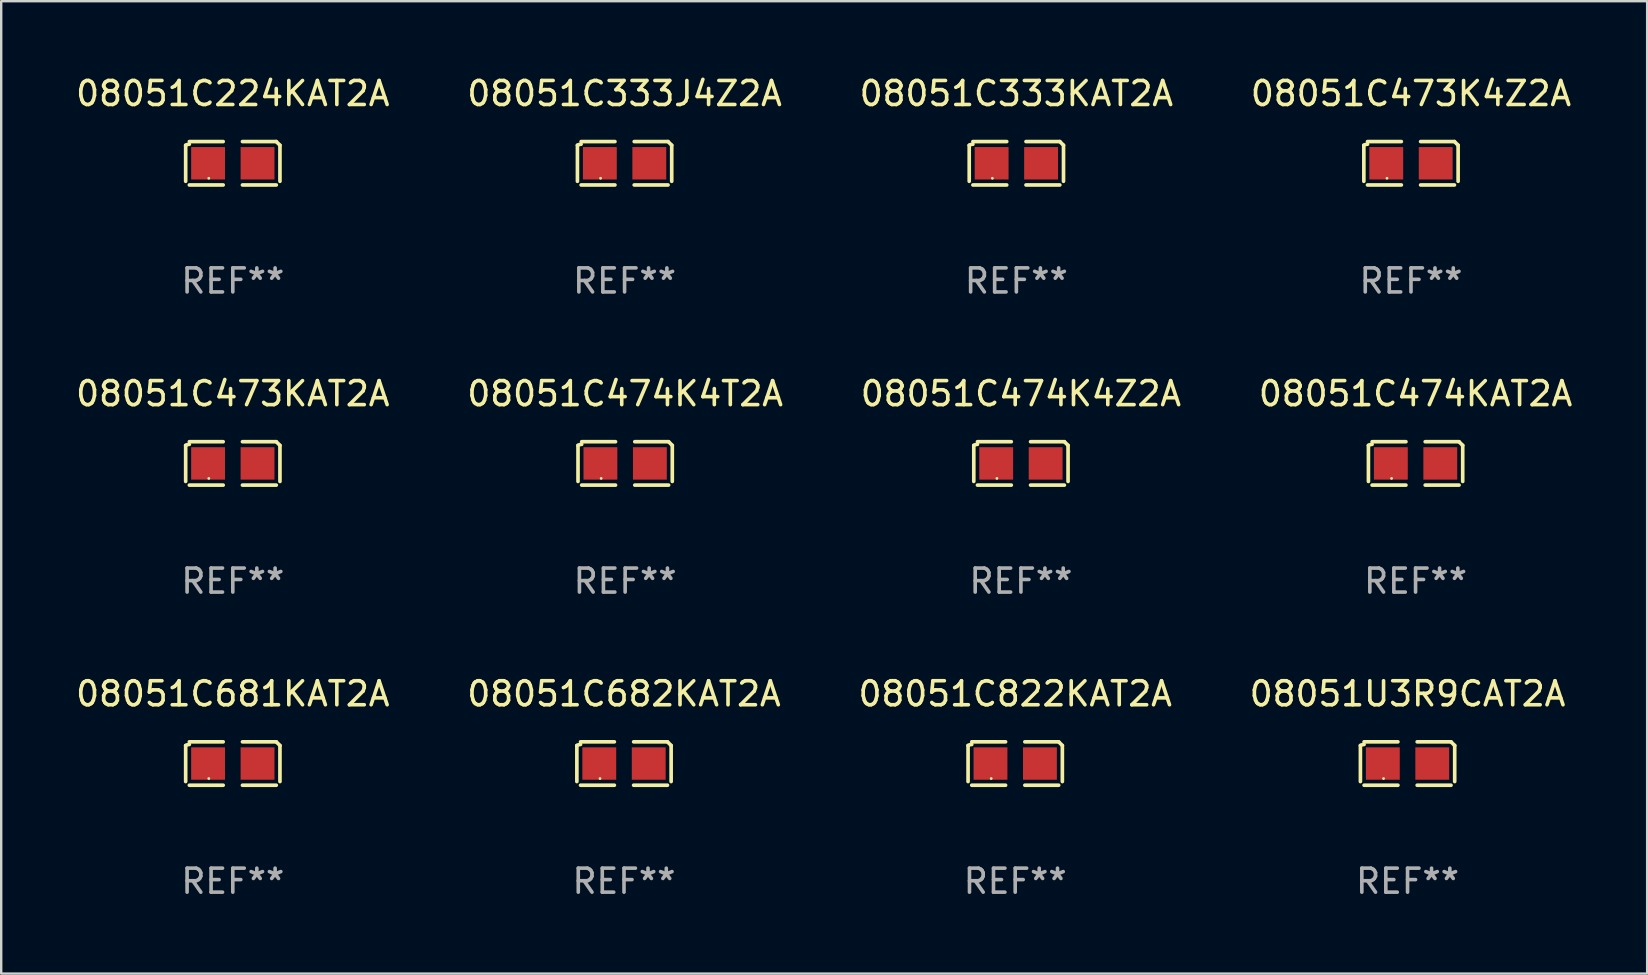
<source format=kicad_pcb>
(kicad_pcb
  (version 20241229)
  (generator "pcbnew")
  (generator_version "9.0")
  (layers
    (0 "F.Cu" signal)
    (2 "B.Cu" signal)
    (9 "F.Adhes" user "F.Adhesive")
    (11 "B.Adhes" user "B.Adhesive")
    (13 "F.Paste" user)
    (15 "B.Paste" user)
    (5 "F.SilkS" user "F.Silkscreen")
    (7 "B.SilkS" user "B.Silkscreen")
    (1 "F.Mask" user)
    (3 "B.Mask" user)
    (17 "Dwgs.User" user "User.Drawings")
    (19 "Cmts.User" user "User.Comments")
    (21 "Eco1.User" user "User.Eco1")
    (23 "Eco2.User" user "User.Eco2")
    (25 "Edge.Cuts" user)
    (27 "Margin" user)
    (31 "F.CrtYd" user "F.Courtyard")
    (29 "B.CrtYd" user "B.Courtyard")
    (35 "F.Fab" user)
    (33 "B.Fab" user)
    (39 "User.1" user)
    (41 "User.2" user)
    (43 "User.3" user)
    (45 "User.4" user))
  (footprint "08051C474KAT2A"
    (layer "F.Cu")
    (at 55.923 16.256)
    (property "Reference" "08051C474KAT2A" (at 0 -2.904 0) (layer "F.SilkS") (effects (font (size 1 1) (thickness 0.15))))
    (attr through_hole)
    (fp_line (start -1.964 0.751) (end -1.964 -0.751) (stroke (width 0.152) (type solid)) (layer "F.SilkS"))
    (fp_line (start -1.811 -0.904) (end -0.401 -0.904) (stroke (width 0.152) (type solid)) (layer "F.SilkS"))
    (fp_line (start -0.401 0.904) (end -1.811 0.904) (stroke (width 0.152) (type solid)) (layer "F.SilkS"))
    (fp_line (start 0.401 0.904) (end 1.811 0.904) (stroke (width 0.152) (type solid)) (layer "F.SilkS"))
    (fp_line (start 1.811 -0.904) (end 0.401 -0.904) (stroke (width 0.152) (type solid)) (layer "F.SilkS"))
    (fp_line (start 1.964 0.751) (end 1.964 -0.751) (stroke (width 0.152) (type solid)) (layer "F.SilkS"))
    (fp_arc (start -1.963602 -0.751207) (mid -1.890354 -0.783131) (end -1.811201 -0.794044) (stroke (width 0.1524) (type solid)) (layer "F.SilkS"))
    (fp_arc (start 1.811202 -0.903607) (mid 1.887413 -0.827418) (end 1.963602 -0.751207) (stroke (width 0.1524) (type solid)) (layer "F.SilkS"))
    (fp_circle (center -1 0.625) (end -0.97 0.625) (stroke (width 0.06) (type solid)) (fill no) (layer "F.SilkS"))
    (fp_text user "REF**" (at 0 4.904 0) (layer "F.Fab") (effects (font (size 1 1) (thickness 0.15))))
    (pad "1" smd rect (at -1.03 0) (size 1.41 1.35) (layers "F.Cu" "F.Mask" "F.Paste"))
    (pad "2" smd rect (at 1.03 0) (size 1.41 1.35) (layers "F.Cu" "F.Mask" "F.Paste")))
  (footprint "08051C333J4Z2A"
    (layer "F.Cu")
    (at 22.97 3.752)
    (property "Reference" "08051C333J4Z2A" (at 0 -2.904 0) (layer "F.SilkS") (effects (font (size 1 1) (thickness 0.15))))
    (attr through_hole)
    (fp_line (start -1.964 0.751) (end -1.964 -0.751) (stroke (width 0.152) (type solid)) (layer "F.SilkS"))
    (fp_line (start -1.811 -0.904) (end -0.401 -0.904) (stroke (width 0.152) (type solid)) (layer "F.SilkS"))
    (fp_line (start -0.401 0.904) (end -1.811 0.904) (stroke (width 0.152) (type solid)) (layer "F.SilkS"))
    (fp_line (start 0.401 0.904) (end 1.811 0.904) (stroke (width 0.152) (type solid)) (layer "F.SilkS"))
    (fp_line (start 1.811 -0.904) (end 0.401 -0.904) (stroke (width 0.152) (type solid)) (layer "F.SilkS"))
    (fp_line (start 1.964 0.751) (end 1.964 -0.751) (stroke (width 0.152) (type solid)) (layer "F.SilkS"))
    (fp_arc (start -1.963602 -0.751207) (mid -1.890354 -0.783131) (end -1.811201 -0.794044) (stroke (width 0.1524) (type solid)) (layer "F.SilkS"))
    (fp_arc (start 1.811202 -0.903607) (mid 1.887413 -0.827418) (end 1.963602 -0.751207) (stroke (width 0.1524) (type solid)) (layer "F.SilkS"))
    (fp_circle (center -1 0.625) (end -0.97 0.625) (stroke (width 0.06) (type solid)) (fill no) (layer "F.SilkS"))
    (fp_text user "REF**" (at 0 4.904 0) (layer "F.Fab") (effects (font (size 1 1) (thickness 0.15))))
    (pad "1" smd rect (at -1.03 0) (size 1.41 1.35) (layers "F.Cu" "F.Mask" "F.Paste"))
    (pad "2" smd rect (at 1.03 0) (size 1.41 1.35) (layers "F.Cu" "F.Mask" "F.Paste")))
  (footprint "08051C224KAT2A"
    (layer "F.Cu")
    (at 6.649 3.752)
    (property "Reference" "08051C224KAT2A" (at 0 -2.904 0) (layer "F.SilkS") (effects (font (size 1 1) (thickness 0.15))))
    (attr through_hole)
    (fp_line (start -1.964 0.751) (end -1.964 -0.751) (stroke (width 0.152) (type solid)) (layer "F.SilkS"))
    (fp_line (start -1.811 -0.904) (end -0.401 -0.904) (stroke (width 0.152) (type solid)) (layer "F.SilkS"))
    (fp_line (start -0.401 0.904) (end -1.811 0.904) (stroke (width 0.152) (type solid)) (layer "F.SilkS"))
    (fp_line (start 0.401 0.904) (end 1.811 0.904) (stroke (width 0.152) (type solid)) (layer "F.SilkS"))
    (fp_line (start 1.811 -0.904) (end 0.401 -0.904) (stroke (width 0.152) (type solid)) (layer "F.SilkS"))
    (fp_line (start 1.964 0.751) (end 1.964 -0.751) (stroke (width 0.152) (type solid)) (layer "F.SilkS"))
    (fp_arc (start -1.963602 -0.751207) (mid -1.890354 -0.783131) (end -1.811201 -0.794044) (stroke (width 0.1524) (type solid)) (layer "F.SilkS"))
    (fp_arc (start 1.811202 -0.903607) (mid 1.887413 -0.827418) (end 1.963602 -0.751207) (stroke (width 0.1524) (type solid)) (layer "F.SilkS"))
    (fp_circle (center -1 0.625) (end -0.97 0.625) (stroke (width 0.06) (type solid)) (fill no) (layer "F.SilkS"))
    (fp_text user "REF**" (at 0 4.904 0) (layer "F.Fab") (effects (font (size 1 1) (thickness 0.15))))
    (pad "1" smd rect (at -1.03 0) (size 1.41 1.35) (layers "F.Cu" "F.Mask" "F.Paste"))
    (pad "2" smd rect (at 1.03 0) (size 1.41 1.35) (layers "F.Cu" "F.Mask" "F.Paste")))
  (footprint "08051C822KAT2A"
    (layer "F.Cu")
    (at 39.244 28.759)
    (property "Reference" "08051C822KAT2A" (at 0 -2.904 0) (layer "F.SilkS") (effects (font (size 1 1) (thickness 0.15))))
    (attr through_hole)
    (fp_line (start -1.964 0.751) (end -1.964 -0.751) (stroke (width 0.152) (type solid)) (layer "F.SilkS"))
    (fp_line (start -1.811 -0.904) (end -0.401 -0.904) (stroke (width 0.152) (type solid)) (layer "F.SilkS"))
    (fp_line (start -0.401 0.904) (end -1.811 0.904) (stroke (width 0.152) (type solid)) (layer "F.SilkS"))
    (fp_line (start 0.401 0.904) (end 1.811 0.904) (stroke (width 0.152) (type solid)) (layer "F.SilkS"))
    (fp_line (start 1.811 -0.904) (end 0.401 -0.904) (stroke (width 0.152) (type solid)) (layer "F.SilkS"))
    (fp_line (start 1.964 0.751) (end 1.964 -0.751) (stroke (width 0.152) (type solid)) (layer "F.SilkS"))
    (fp_arc (start -1.963602 -0.751207) (mid -1.890354 -0.783131) (end -1.811201 -0.794044) (stroke (width 0.1524) (type solid)) (layer "F.SilkS"))
    (fp_arc (start 1.811202 -0.903607) (mid 1.887413 -0.827418) (end 1.963602 -0.751207) (stroke (width 0.1524) (type solid)) (layer "F.SilkS"))
    (fp_circle (center -1 0.625) (end -0.97 0.625) (stroke (width 0.06) (type solid)) (fill no) (layer "F.SilkS"))
    (fp_text user "REF**" (at 0 4.904 0) (layer "F.Fab") (effects (font (size 1 1) (thickness 0.15))))
    (pad "1" smd rect (at -1.03 0) (size 1.41 1.35) (layers "F.Cu" "F.Mask" "F.Paste"))
    (pad "2" smd rect (at 1.03 0) (size 1.41 1.35) (layers "F.Cu" "F.Mask" "F.Paste")))
  (footprint "08051C682KAT2A"
    (layer "F.Cu")
    (at 22.946 28.759)
    (property "Reference" "08051C682KAT2A" (at 0 -2.904 0) (layer "F.SilkS") (effects (font (size 1 1) (thickness 0.15))))
    (attr through_hole)
    (fp_line (start -1.964 0.751) (end -1.964 -0.751) (stroke (width 0.152) (type solid)) (layer "F.SilkS"))
    (fp_line (start -1.811 -0.904) (end -0.401 -0.904) (stroke (width 0.152) (type solid)) (layer "F.SilkS"))
    (fp_line (start -0.401 0.904) (end -1.811 0.904) (stroke (width 0.152) (type solid)) (layer "F.SilkS"))
    (fp_line (start 0.401 0.904) (end 1.811 0.904) (stroke (width 0.152) (type solid)) (layer "F.SilkS"))
    (fp_line (start 1.811 -0.904) (end 0.401 -0.904) (stroke (width 0.152) (type solid)) (layer "F.SilkS"))
    (fp_line (start 1.964 0.751) (end 1.964 -0.751) (stroke (width 0.152) (type solid)) (layer "F.SilkS"))
    (fp_arc (start -1.963602 -0.751207) (mid -1.890354 -0.783131) (end -1.811201 -0.794044) (stroke (width 0.1524) (type solid)) (layer "F.SilkS"))
    (fp_arc (start 1.811202 -0.903607) (mid 1.887413 -0.827418) (end 1.963602 -0.751207) (stroke (width 0.1524) (type solid)) (layer "F.SilkS"))
    (fp_circle (center -1 0.625) (end -0.97 0.625) (stroke (width 0.06) (type solid)) (fill no) (layer "F.SilkS"))
    (fp_text user "REF**" (at 0 4.904 0) (layer "F.Fab") (effects (font (size 1 1) (thickness 0.15))))
    (pad "1" smd rect (at -1.03 0) (size 1.41 1.35) (layers "F.Cu" "F.Mask" "F.Paste"))
    (pad "2" smd rect (at 1.03 0) (size 1.41 1.35) (layers "F.Cu" "F.Mask" "F.Paste")))
  (footprint "08051C681KAT2A"
    (layer "F.Cu")
    (at 6.649 28.759)
    (property "Reference" "08051C681KAT2A" (at 0 -2.904 0) (layer "F.SilkS") (effects (font (size 1 1) (thickness 0.15))))
    (attr through_hole)
    (fp_line (start -1.964 0.751) (end -1.964 -0.751) (stroke (width 0.152) (type solid)) (layer "F.SilkS"))
    (fp_line (start -1.811 -0.904) (end -0.401 -0.904) (stroke (width 0.152) (type solid)) (layer "F.SilkS"))
    (fp_line (start -0.401 0.904) (end -1.811 0.904) (stroke (width 0.152) (type solid)) (layer "F.SilkS"))
    (fp_line (start 0.401 0.904) (end 1.811 0.904) (stroke (width 0.152) (type solid)) (layer "F.SilkS"))
    (fp_line (start 1.811 -0.904) (end 0.401 -0.904) (stroke (width 0.152) (type solid)) (layer "F.SilkS"))
    (fp_line (start 1.964 0.751) (end 1.964 -0.751) (stroke (width 0.152) (type solid)) (layer "F.SilkS"))
    (fp_arc (start -1.963602 -0.751207) (mid -1.890354 -0.783131) (end -1.811201 -0.794044) (stroke (width 0.1524) (type solid)) (layer "F.SilkS"))
    (fp_arc (start 1.811202 -0.903607) (mid 1.887413 -0.827418) (end 1.963602 -0.751207) (stroke (width 0.1524) (type solid)) (layer "F.SilkS"))
    (fp_circle (center -1 0.625) (end -0.97 0.625) (stroke (width 0.06) (type solid)) (fill no) (layer "F.SilkS"))
    (fp_text user "REF**" (at 0 4.904 0) (layer "F.Fab") (effects (font (size 1 1) (thickness 0.15))))
    (pad "1" smd rect (at -1.03 0) (size 1.41 1.35) (layers "F.Cu" "F.Mask" "F.Paste"))
    (pad "2" smd rect (at 1.03 0) (size 1.41 1.35) (layers "F.Cu" "F.Mask" "F.Paste")))
  (footprint "08051U3R9CAT2A"
    (layer "F.Cu")
    (at 55.589 28.759)
    (property "Reference" "08051U3R9CAT2A" (at 0 -2.904 0) (layer "F.SilkS") (effects (font (size 1 1) (thickness 0.15))))
    (attr through_hole)
    (fp_line (start -1.964 0.751) (end -1.964 -0.751) (stroke (width 0.152) (type solid)) (layer "F.SilkS"))
    (fp_line (start -1.811 -0.904) (end -0.401 -0.904) (stroke (width 0.152) (type solid)) (layer "F.SilkS"))
    (fp_line (start -0.401 0.904) (end -1.811 0.904) (stroke (width 0.152) (type solid)) (layer "F.SilkS"))
    (fp_line (start 0.401 0.904) (end 1.811 0.904) (stroke (width 0.152) (type solid)) (layer "F.SilkS"))
    (fp_line (start 1.811 -0.904) (end 0.401 -0.904) (stroke (width 0.152) (type solid)) (layer "F.SilkS"))
    (fp_line (start 1.964 0.751) (end 1.964 -0.751) (stroke (width 0.152) (type solid)) (layer "F.SilkS"))
    (fp_arc (start -1.963602 -0.751207) (mid -1.890354 -0.783131) (end -1.811201 -0.794044) (stroke (width 0.1524) (type solid)) (layer "F.SilkS"))
    (fp_arc (start 1.811202 -0.903607) (mid 1.887413 -0.827418) (end 1.963602 -0.751207) (stroke (width 0.1524) (type solid)) (layer "F.SilkS"))
    (fp_circle (center -1 0.625) (end -0.97 0.625) (stroke (width 0.06) (type solid)) (fill no) (layer "F.SilkS"))
    (fp_text user "REF**" (at 0 4.904 0) (layer "F.Fab") (effects (font (size 1 1) (thickness 0.15))))
    (pad "1" smd rect (at -1.03 0) (size 1.41 1.35) (layers "F.Cu" "F.Mask" "F.Paste"))
    (pad "2" smd rect (at 1.03 0) (size 1.41 1.35) (layers "F.Cu" "F.Mask" "F.Paste")))
  (footprint "08051C474K4Z2A"
    (layer "F.Cu")
    (at 39.482 16.256)
    (property "Reference" "08051C474K4Z2A" (at 0 -2.904 0) (layer "F.SilkS") (effects (font (size 1 1) (thickness 0.15))))
    (attr through_hole)
    (fp_line (start -1.964 0.751) (end -1.964 -0.751) (stroke (width 0.152) (type solid)) (layer "F.SilkS"))
    (fp_line (start -1.811 -0.904) (end -0.401 -0.904) (stroke (width 0.152) (type solid)) (layer "F.SilkS"))
    (fp_line (start -0.401 0.904) (end -1.811 0.904) (stroke (width 0.152) (type solid)) (layer "F.SilkS"))
    (fp_line (start 0.401 0.904) (end 1.811 0.904) (stroke (width 0.152) (type solid)) (layer "F.SilkS"))
    (fp_line (start 1.811 -0.904) (end 0.401 -0.904) (stroke (width 0.152) (type solid)) (layer "F.SilkS"))
    (fp_line (start 1.964 0.751) (end 1.964 -0.751) (stroke (width 0.152) (type solid)) (layer "F.SilkS"))
    (fp_arc (start -1.963602 -0.751207) (mid -1.890354 -0.783131) (end -1.811201 -0.794044) (stroke (width 0.1524) (type solid)) (layer "F.SilkS"))
    (fp_arc (start 1.811202 -0.903607) (mid 1.887413 -0.827418) (end 1.963602 -0.751207) (stroke (width 0.1524) (type solid)) (layer "F.SilkS"))
    (fp_circle (center -1 0.625) (end -0.97 0.625) (stroke (width 0.06) (type solid)) (fill no) (layer "F.SilkS"))
    (fp_text user "REF**" (at 0 4.904 0) (layer "F.Fab") (effects (font (size 1 1) (thickness 0.15))))
    (pad "1" smd rect (at -1.03 0) (size 1.41 1.35) (layers "F.Cu" "F.Mask" "F.Paste"))
    (pad "2" smd rect (at 1.03 0) (size 1.41 1.35) (layers "F.Cu" "F.Mask" "F.Paste")))
  (footprint "08051C474K4T2A"
    (layer "F.Cu")
    (at 22.994 16.256)
    (property "Reference" "08051C474K4T2A" (at 0 -2.904 0) (layer "F.SilkS") (effects (font (size 1 1) (thickness 0.15))))
    (attr through_hole)
    (fp_line (start -1.964 0.751) (end -1.964 -0.751) (stroke (width 0.152) (type solid)) (layer "F.SilkS"))
    (fp_line (start -1.811 -0.904) (end -0.401 -0.904) (stroke (width 0.152) (type solid)) (layer "F.SilkS"))
    (fp_line (start -0.401 0.904) (end -1.811 0.904) (stroke (width 0.152) (type solid)) (layer "F.SilkS"))
    (fp_line (start 0.401 0.904) (end 1.811 0.904) (stroke (width 0.152) (type solid)) (layer "F.SilkS"))
    (fp_line (start 1.811 -0.904) (end 0.401 -0.904) (stroke (width 0.152) (type solid)) (layer "F.SilkS"))
    (fp_line (start 1.964 0.751) (end 1.964 -0.751) (stroke (width 0.152) (type solid)) (layer "F.SilkS"))
    (fp_arc (start -1.963602 -0.751207) (mid -1.890354 -0.783131) (end -1.811201 -0.794044) (stroke (width 0.1524) (type solid)) (layer "F.SilkS"))
    (fp_arc (start 1.811202 -0.903607) (mid 1.887413 -0.827418) (end 1.963602 -0.751207) (stroke (width 0.1524) (type solid)) (layer "F.SilkS"))
    (fp_circle (center -1 0.625) (end -0.97 0.625) (stroke (width 0.06) (type solid)) (fill no) (layer "F.SilkS"))
    (fp_text user "REF**" (at 0 4.904 0) (layer "F.Fab") (effects (font (size 1 1) (thickness 0.15))))
    (pad "1" smd rect (at -1.03 0) (size 1.41 1.35) (layers "F.Cu" "F.Mask" "F.Paste"))
    (pad "2" smd rect (at 1.03 0) (size 1.41 1.35) (layers "F.Cu" "F.Mask" "F.Paste")))
  (footprint "08051C473KAT2A"
    (layer "F.Cu")
    (at 6.649 16.256)
    (property "Reference" "08051C473KAT2A" (at 0 -2.904 0) (layer "F.SilkS") (effects (font (size 1 1) (thickness 0.15))))
    (attr through_hole)
    (fp_line (start -1.964 0.751) (end -1.964 -0.751) (stroke (width 0.152) (type solid)) (layer "F.SilkS"))
    (fp_line (start -1.811 -0.904) (end -0.401 -0.904) (stroke (width 0.152) (type solid)) (layer "F.SilkS"))
    (fp_line (start -0.401 0.904) (end -1.811 0.904) (stroke (width 0.152) (type solid)) (layer "F.SilkS"))
    (fp_line (start 0.401 0.904) (end 1.811 0.904) (stroke (width 0.152) (type solid)) (layer "F.SilkS"))
    (fp_line (start 1.811 -0.904) (end 0.401 -0.904) (stroke (width 0.152) (type solid)) (layer "F.SilkS"))
    (fp_line (start 1.964 0.751) (end 1.964 -0.751) (stroke (width 0.152) (type solid)) (layer "F.SilkS"))
    (fp_arc (start -1.963602 -0.751207) (mid -1.890354 -0.783131) (end -1.811201 -0.794044) (stroke (width 0.1524) (type solid)) (layer "F.SilkS"))
    (fp_arc (start 1.811202 -0.903607) (mid 1.887413 -0.827418) (end 1.963602 -0.751207) (stroke (width 0.1524) (type solid)) (layer "F.SilkS"))
    (fp_circle (center -1 0.625) (end -0.97 0.625) (stroke (width 0.06) (type solid)) (fill no) (layer "F.SilkS"))
    (fp_text user "REF**" (at 0 4.904 0) (layer "F.Fab") (effects (font (size 1 1) (thickness 0.15))))
    (pad "1" smd rect (at -1.03 0) (size 1.41 1.35) (layers "F.Cu" "F.Mask" "F.Paste"))
    (pad "2" smd rect (at 1.03 0) (size 1.41 1.35) (layers "F.Cu" "F.Mask" "F.Paste")))
  (footprint "08051C473K4Z2A"
    (layer "F.Cu")
    (at 55.732 3.752)
    (property "Reference" "08051C473K4Z2A" (at 0 -2.904 0) (layer "F.SilkS") (effects (font (size 1 1) (thickness 0.15))))
    (attr through_hole)
    (fp_line (start -1.964 0.751) (end -1.964 -0.751) (stroke (width 0.152) (type solid)) (layer "F.SilkS"))
    (fp_line (start -1.811 -0.904) (end -0.401 -0.904) (stroke (width 0.152) (type solid)) (layer "F.SilkS"))
    (fp_line (start -0.401 0.904) (end -1.811 0.904) (stroke (width 0.152) (type solid)) (layer "F.SilkS"))
    (fp_line (start 0.401 0.904) (end 1.811 0.904) (stroke (width 0.152) (type solid)) (layer "F.SilkS"))
    (fp_line (start 1.811 -0.904) (end 0.401 -0.904) (stroke (width 0.152) (type solid)) (layer "F.SilkS"))
    (fp_line (start 1.964 0.751) (end 1.964 -0.751) (stroke (width 0.152) (type solid)) (layer "F.SilkS"))
    (fp_arc (start -1.963602 -0.751207) (mid -1.890354 -0.783131) (end -1.811201 -0.794044) (stroke (width 0.1524) (type solid)) (layer "F.SilkS"))
    (fp_arc (start 1.811202 -0.903607) (mid 1.887413 -0.827418) (end 1.963602 -0.751207) (stroke (width 0.1524) (type solid)) (layer "F.SilkS"))
    (fp_circle (center -1 0.625) (end -0.97 0.625) (stroke (width 0.06) (type solid)) (fill no) (layer "F.SilkS"))
    (fp_text user "REF**" (at 0 4.904 0) (layer "F.Fab") (effects (font (size 1 1) (thickness 0.15))))
    (pad "1" smd rect (at -1.03 0) (size 1.41 1.35) (layers "F.Cu" "F.Mask" "F.Paste"))
    (pad "2" smd rect (at 1.03 0) (size 1.41 1.35) (layers "F.Cu" "F.Mask" "F.Paste")))
  (footprint "08051C333KAT2A"
    (layer "F.Cu")
    (at 39.292 3.752)
    (property "Reference" "08051C333KAT2A" (at 0 -2.904 0) (layer "F.SilkS") (effects (font (size 1 1) (thickness 0.15))))
    (attr through_hole)
    (fp_line (start -1.964 0.751) (end -1.964 -0.751) (stroke (width 0.152) (type solid)) (layer "F.SilkS"))
    (fp_line (start -1.811 -0.904) (end -0.401 -0.904) (stroke (width 0.152) (type solid)) (layer "F.SilkS"))
    (fp_line (start -0.401 0.904) (end -1.811 0.904) (stroke (width 0.152) (type solid)) (layer "F.SilkS"))
    (fp_line (start 0.401 0.904) (end 1.811 0.904) (stroke (width 0.152) (type solid)) (layer "F.SilkS"))
    (fp_line (start 1.811 -0.904) (end 0.401 -0.904) (stroke (width 0.152) (type solid)) (layer "F.SilkS"))
    (fp_line (start 1.964 0.751) (end 1.964 -0.751) (stroke (width 0.152) (type solid)) (layer "F.SilkS"))
    (fp_arc (start -1.963602 -0.751207) (mid -1.890354 -0.783131) (end -1.811201 -0.794044) (stroke (width 0.1524) (type solid)) (layer "F.SilkS"))
    (fp_arc (start 1.811202 -0.903607) (mid 1.887413 -0.827418) (end 1.963602 -0.751207) (stroke (width 0.1524) (type solid)) (layer "F.SilkS"))
    (fp_circle (center -1 0.625) (end -0.97 0.625) (stroke (width 0.06) (type solid)) (fill no) (layer "F.SilkS"))
    (fp_text user "REF**" (at 0 4.904 0) (layer "F.Fab") (effects (font (size 1 1) (thickness 0.15))))
    (pad "1" smd rect (at -1.03 0) (size 1.41 1.35) (layers "F.Cu" "F.Mask" "F.Paste"))
    (pad "2" smd rect (at 1.03 0) (size 1.41 1.35) (layers "F.Cu" "F.Mask" "F.Paste")))
  (gr_rect
    (start -3 -3)
    (end 65.571 37.511)
    (stroke (width 0.1) (type default))
    (fill no)
    (layer "Edge.Cuts")))
</source>
